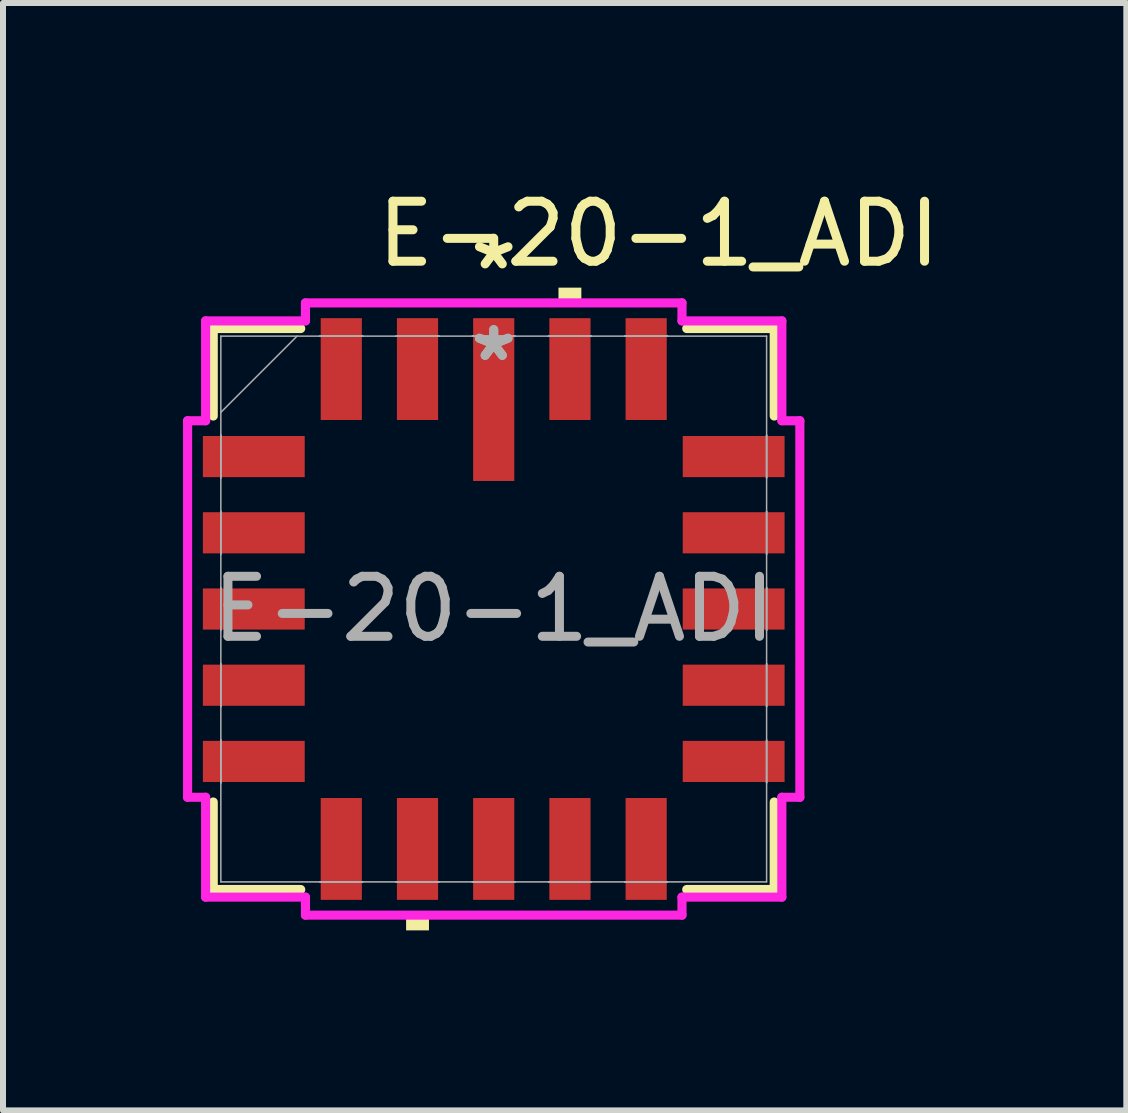
<source format=kicad_pcb>
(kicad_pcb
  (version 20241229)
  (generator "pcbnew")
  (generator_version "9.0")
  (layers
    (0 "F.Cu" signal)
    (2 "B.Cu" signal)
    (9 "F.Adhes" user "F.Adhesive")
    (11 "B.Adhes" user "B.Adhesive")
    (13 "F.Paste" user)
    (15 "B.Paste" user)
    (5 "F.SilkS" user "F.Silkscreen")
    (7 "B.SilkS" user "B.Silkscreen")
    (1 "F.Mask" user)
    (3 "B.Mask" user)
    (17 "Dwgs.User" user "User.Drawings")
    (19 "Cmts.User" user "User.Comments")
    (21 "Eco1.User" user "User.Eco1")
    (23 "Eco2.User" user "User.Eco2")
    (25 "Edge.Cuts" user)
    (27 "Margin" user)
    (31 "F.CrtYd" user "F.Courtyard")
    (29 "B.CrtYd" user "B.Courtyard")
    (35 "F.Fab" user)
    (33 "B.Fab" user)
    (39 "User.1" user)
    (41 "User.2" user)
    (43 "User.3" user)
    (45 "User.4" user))
  (footprint "E-20-1_ADI"
    (layer "F.Cu")
    (at 5.177 7.098)
    (property "Reference" "E-20-1_ADI" (at 2.75 -6.25 0) (unlocked yes) (layer "F.SilkS") (effects (font (size 1 1) (thickness 0.15))))
    (attr smd)
    (fp_line (start -4.674 -4.674) (end -4.674 -3.216) (stroke (width 0.152) (type solid)) (layer "F.SilkS"))
    (fp_line (start -4.674 3.216) (end -4.674 4.674) (stroke (width 0.152) (type solid)) (layer "F.SilkS"))
    (fp_line (start -4.674 4.674) (end -3.216 4.674) (stroke (width 0.152) (type solid)) (layer "F.SilkS"))
    (fp_line (start -3.216 -4.674) (end -4.674 -4.674) (stroke (width 0.152) (type solid)) (layer "F.SilkS"))
    (fp_line (start 3.216 4.674) (end 4.674 4.674) (stroke (width 0.152) (type solid)) (layer "F.SilkS"))
    (fp_line (start 4.674 -4.674) (end 3.216 -4.674) (stroke (width 0.152) (type solid)) (layer "F.SilkS"))
    (fp_line (start 4.674 -3.216) (end 4.674 -4.674) (stroke (width 0.152) (type solid)) (layer "F.SilkS"))
    (fp_line (start 4.674 4.674) (end 4.674 3.216) (stroke (width 0.152) (type solid)) (layer "F.SilkS"))
    (fp_poly (pts (xy -1.46 5.101) (xy -1.46 5.355) (xy -1.079 5.355) (xy -1.079 5.101)) (stroke (width 0) (type solid)) (fill yes) (layer "F.SilkS"))
    (fp_poly (pts (xy 1.079 -5.101) (xy 1.079 -5.355) (xy 1.46 -5.355) (xy 1.46 -5.101)) (stroke (width 0) (type solid)) (fill yes) (layer "F.SilkS"))
    (fp_line (start -5.101 -3.137) (end -4.801 -3.137) (stroke (width 0.152) (type solid)) (layer "F.CrtYd"))
    (fp_line (start -5.101 3.137) (end -5.101 -3.137) (stroke (width 0.152) (type solid)) (layer "F.CrtYd"))
    (fp_line (start -5.101 3.137) (end -4.801 3.137) (stroke (width 0.152) (type solid)) (layer "F.CrtYd"))
    (fp_line (start -4.801 -4.801) (end -3.137 -4.801) (stroke (width 0.152) (type solid)) (layer "F.CrtYd"))
    (fp_line (start -4.801 -3.137) (end -4.801 -4.801) (stroke (width 0.152) (type solid)) (layer "F.CrtYd"))
    (fp_line (start -4.801 4.801) (end -4.801 3.137) (stroke (width 0.152) (type solid)) (layer "F.CrtYd"))
    (fp_line (start -3.137 -5.101) (end 3.137 -5.101) (stroke (width 0.152) (type solid)) (layer "F.CrtYd"))
    (fp_line (start -3.137 -4.801) (end -3.137 -5.101) (stroke (width 0.152) (type solid)) (layer "F.CrtYd"))
    (fp_line (start -3.137 4.801) (end -4.801 4.801) (stroke (width 0.152) (type solid)) (layer "F.CrtYd"))
    (fp_line (start -3.137 5.101) (end -3.137 4.801) (stroke (width 0.152) (type solid)) (layer "F.CrtYd"))
    (fp_line (start 3.137 -5.101) (end 3.137 -4.801) (stroke (width 0.152) (type solid)) (layer "F.CrtYd"))
    (fp_line (start 3.137 -4.801) (end 4.801 -4.801) (stroke (width 0.152) (type solid)) (layer "F.CrtYd"))
    (fp_line (start 3.137 4.801) (end 3.137 5.101) (stroke (width 0.152) (type solid)) (layer "F.CrtYd"))
    (fp_line (start 3.137 5.101) (end -3.137 5.101) (stroke (width 0.152) (type solid)) (layer "F.CrtYd"))
    (fp_line (start 4.801 -4.801) (end 4.801 -3.137) (stroke (width 0.152) (type solid)) (layer "F.CrtYd"))
    (fp_line (start 4.801 -3.137) (end 5.101 -3.137) (stroke (width 0.152) (type solid)) (layer "F.CrtYd"))
    (fp_line (start 4.801 3.137) (end 4.801 4.801) (stroke (width 0.152) (type solid)) (layer "F.CrtYd"))
    (fp_line (start 4.801 4.801) (end 3.137 4.801) (stroke (width 0.152) (type solid)) (layer "F.CrtYd"))
    (fp_line (start 5.101 -3.137) (end 5.101 3.137) (stroke (width 0.152) (type solid)) (layer "F.CrtYd"))
    (fp_line (start 5.101 3.137) (end 4.801 3.137) (stroke (width 0.152) (type solid)) (layer "F.CrtYd"))
    (fp_line (start -4.547 -4.547) (end -4.547 4.547) (stroke (width 0.025) (type solid)) (layer "F.Fab"))
    (fp_line (start -4.547 -3.277) (end -3.277 -4.547) (stroke (width 0.025) (type solid)) (layer "F.Fab"))
    (fp_line (start -4.547 -2.896) (end -4.547 -2.896) (stroke (width 0.025) (type solid)) (layer "F.Fab"))
    (fp_line (start -4.547 -2.896) (end -4.547 -2.184) (stroke (width 0.025) (type solid)) (layer "F.Fab"))
    (fp_line (start -4.547 -2.184) (end -4.547 -2.896) (stroke (width 0.025) (type solid)) (layer "F.Fab"))
    (fp_line (start -4.547 -2.184) (end -4.547 -2.184) (stroke (width 0.025) (type solid)) (layer "F.Fab"))
    (fp_line (start -4.547 -1.626) (end -4.547 -1.626) (stroke (width 0.025) (type solid)) (layer "F.Fab"))
    (fp_line (start -4.547 -1.626) (end -4.547 -0.914) (stroke (width 0.025) (type solid)) (layer "F.Fab"))
    (fp_line (start -4.547 -0.914) (end -4.547 -1.626) (stroke (width 0.025) (type solid)) (layer "F.Fab"))
    (fp_line (start -4.547 -0.914) (end -4.547 -0.914) (stroke (width 0.025) (type solid)) (layer "F.Fab"))
    (fp_line (start -4.547 -0.356) (end -4.547 -0.356) (stroke (width 0.025) (type solid)) (layer "F.Fab"))
    (fp_line (start -4.547 -0.356) (end -4.547 0.356) (stroke (width 0.025) (type solid)) (layer "F.Fab"))
    (fp_line (start -4.547 0.356) (end -4.547 -0.356) (stroke (width 0.025) (type solid)) (layer "F.Fab"))
    (fp_line (start -4.547 0.356) (end -4.547 0.356) (stroke (width 0.025) (type solid)) (layer "F.Fab"))
    (fp_line (start -4.547 0.914) (end -4.547 0.914) (stroke (width 0.025) (type solid)) (layer "F.Fab"))
    (fp_line (start -4.547 0.914) (end -4.547 1.626) (stroke (width 0.025) (type solid)) (layer "F.Fab"))
    (fp_line (start -4.547 1.626) (end -4.547 0.914) (stroke (width 0.025) (type solid)) (layer "F.Fab"))
    (fp_line (start -4.547 1.626) (end -4.547 1.626) (stroke (width 0.025) (type solid)) (layer "F.Fab"))
    (fp_line (start -4.547 2.184) (end -4.547 2.184) (stroke (width 0.025) (type solid)) (layer "F.Fab"))
    (fp_line (start -4.547 2.184) (end -4.547 2.896) (stroke (width 0.025) (type solid)) (layer "F.Fab"))
    (fp_line (start -4.547 2.896) (end -4.547 2.184) (stroke (width 0.025) (type solid)) (layer "F.Fab"))
    (fp_line (start -4.547 2.896) (end -4.547 2.896) (stroke (width 0.025) (type solid)) (layer "F.Fab"))
    (fp_line (start -4.547 4.547) (end 4.547 4.547) (stroke (width 0.025) (type solid)) (layer "F.Fab"))
    (fp_line (start -2.896 -4.547) (end -2.896 -4.547) (stroke (width 0.025) (type solid)) (layer "F.Fab"))
    (fp_line (start -2.896 -4.547) (end -2.184 -4.547) (stroke (width 0.025) (type solid)) (layer "F.Fab"))
    (fp_line (start -2.896 4.547) (end -2.896 4.547) (stroke (width 0.025) (type solid)) (layer "F.Fab"))
    (fp_line (start -2.896 4.547) (end -2.184 4.547) (stroke (width 0.025) (type solid)) (layer "F.Fab"))
    (fp_line (start -2.184 -4.547) (end -2.896 -4.547) (stroke (width 0.025) (type solid)) (layer "F.Fab"))
    (fp_line (start -2.184 -4.547) (end -2.184 -4.547) (stroke (width 0.025) (type solid)) (layer "F.Fab"))
    (fp_line (start -2.184 4.547) (end -2.896 4.547) (stroke (width 0.025) (type solid)) (layer "F.Fab"))
    (fp_line (start -2.184 4.547) (end -2.184 4.547) (stroke (width 0.025) (type solid)) (layer "F.Fab"))
    (fp_line (start -1.626 -4.547) (end -1.626 -4.547) (stroke (width 0.025) (type solid)) (layer "F.Fab"))
    (fp_line (start -1.626 -4.547) (end -0.914 -4.547) (stroke (width 0.025) (type solid)) (layer "F.Fab"))
    (fp_line (start -1.626 4.547) (end -1.626 4.547) (stroke (width 0.025) (type solid)) (layer "F.Fab"))
    (fp_line (start -1.626 4.547) (end -0.914 4.547) (stroke (width 0.025) (type solid)) (layer "F.Fab"))
    (fp_line (start -0.914 -4.547) (end -1.626 -4.547) (stroke (width 0.025) (type solid)) (layer "F.Fab"))
    (fp_line (start -0.914 -4.547) (end -0.914 -4.547) (stroke (width 0.025) (type solid)) (layer "F.Fab"))
    (fp_line (start -0.914 4.547) (end -1.626 4.547) (stroke (width 0.025) (type solid)) (layer "F.Fab"))
    (fp_line (start -0.914 4.547) (end -0.914 4.547) (stroke (width 0.025) (type solid)) (layer "F.Fab"))
    (fp_line (start -0.356 -4.547) (end -0.356 -4.547) (stroke (width 0.025) (type solid)) (layer "F.Fab"))
    (fp_line (start -0.356 -4.547) (end 0.356 -4.547) (stroke (width 0.025) (type solid)) (layer "F.Fab"))
    (fp_line (start -0.356 4.547) (end -0.356 4.547) (stroke (width 0.025) (type solid)) (layer "F.Fab"))
    (fp_line (start -0.356 4.547) (end 0.356 4.547) (stroke (width 0.025) (type solid)) (layer "F.Fab"))
    (fp_line (start 0.356 -4.547) (end -0.356 -4.547) (stroke (width 0.025) (type solid)) (layer "F.Fab"))
    (fp_line (start 0.356 -4.547) (end 0.356 -4.547) (stroke (width 0.025) (type solid)) (layer "F.Fab"))
    (fp_line (start 0.356 4.547) (end -0.356 4.547) (stroke (width 0.025) (type solid)) (layer "F.Fab"))
    (fp_line (start 0.356 4.547) (end 0.356 4.547) (stroke (width 0.025) (type solid)) (layer "F.Fab"))
    (fp_line (start 0.914 -4.547) (end 0.914 -4.547) (stroke (width 0.025) (type solid)) (layer "F.Fab"))
    (fp_line (start 0.914 -4.547) (end 1.626 -4.547) (stroke (width 0.025) (type solid)) (layer "F.Fab"))
    (fp_line (start 0.914 4.547) (end 0.914 4.547) (stroke (width 0.025) (type solid)) (layer "F.Fab"))
    (fp_line (start 0.914 4.547) (end 1.626 4.547) (stroke (width 0.025) (type solid)) (layer "F.Fab"))
    (fp_line (start 1.626 -4.547) (end 0.914 -4.547) (stroke (width 0.025) (type solid)) (layer "F.Fab"))
    (fp_line (start 1.626 -4.547) (end 1.626 -4.547) (stroke (width 0.025) (type solid)) (layer "F.Fab"))
    (fp_line (start 1.626 4.547) (end 0.914 4.547) (stroke (width 0.025) (type solid)) (layer "F.Fab"))
    (fp_line (start 1.626 4.547) (end 1.626 4.547) (stroke (width 0.025) (type solid)) (layer "F.Fab"))
    (fp_line (start 2.184 -4.547) (end 2.184 -4.547) (stroke (width 0.025) (type solid)) (layer "F.Fab"))
    (fp_line (start 2.184 -4.547) (end 2.896 -4.547) (stroke (width 0.025) (type solid)) (layer "F.Fab"))
    (fp_line (start 2.184 4.547) (end 2.184 4.547) (stroke (width 0.025) (type solid)) (layer "F.Fab"))
    (fp_line (start 2.184 4.547) (end 2.896 4.547) (stroke (width 0.025) (type solid)) (layer "F.Fab"))
    (fp_line (start 2.896 -4.547) (end 2.184 -4.547) (stroke (width 0.025) (type solid)) (layer "F.Fab"))
    (fp_line (start 2.896 -4.547) (end 2.896 -4.547) (stroke (width 0.025) (type solid)) (layer "F.Fab"))
    (fp_line (start 2.896 4.547) (end 2.184 4.547) (stroke (width 0.025) (type solid)) (layer "F.Fab"))
    (fp_line (start 2.896 4.547) (end 2.896 4.547) (stroke (width 0.025) (type solid)) (layer "F.Fab"))
    (fp_line (start 4.547 -4.547) (end -4.547 -4.547) (stroke (width 0.025) (type solid)) (layer "F.Fab"))
    (fp_line (start 4.547 -2.896) (end 4.547 -2.896) (stroke (width 0.025) (type solid)) (layer "F.Fab"))
    (fp_line (start 4.547 -2.896) (end 4.547 -2.184) (stroke (width 0.025) (type solid)) (layer "F.Fab"))
    (fp_line (start 4.547 -2.184) (end 4.547 -2.896) (stroke (width 0.025) (type solid)) (layer "F.Fab"))
    (fp_line (start 4.547 -2.184) (end 4.547 -2.184) (stroke (width 0.025) (type solid)) (layer "F.Fab"))
    (fp_line (start 4.547 -1.626) (end 4.547 -1.626) (stroke (width 0.025) (type solid)) (layer "F.Fab"))
    (fp_line (start 4.547 -1.626) (end 4.547 -0.914) (stroke (width 0.025) (type solid)) (layer "F.Fab"))
    (fp_line (start 4.547 -0.914) (end 4.547 -1.626) (stroke (width 0.025) (type solid)) (layer "F.Fab"))
    (fp_line (start 4.547 -0.914) (end 4.547 -0.914) (stroke (width 0.025) (type solid)) (layer "F.Fab"))
    (fp_line (start 4.547 -0.356) (end 4.547 -0.356) (stroke (width 0.025) (type solid)) (layer "F.Fab"))
    (fp_line (start 4.547 -0.356) (end 4.547 0.356) (stroke (width 0.025) (type solid)) (layer "F.Fab"))
    (fp_line (start 4.547 0.356) (end 4.547 -0.356) (stroke (width 0.025) (type solid)) (layer "F.Fab"))
    (fp_line (start 4.547 0.356) (end 4.547 0.356) (stroke (width 0.025) (type solid)) (layer "F.Fab"))
    (fp_line (start 4.547 0.914) (end 4.547 0.914) (stroke (width 0.025) (type solid)) (layer "F.Fab"))
    (fp_line (start 4.547 0.914) (end 4.547 1.626) (stroke (width 0.025) (type solid)) (layer "F.Fab"))
    (fp_line (start 4.547 1.626) (end 4.547 0.914) (stroke (width 0.025) (type solid)) (layer "F.Fab"))
    (fp_line (start 4.547 1.626) (end 4.547 1.626) (stroke (width 0.025) (type solid)) (layer "F.Fab"))
    (fp_line (start 4.547 2.184) (end 4.547 2.184) (stroke (width 0.025) (type solid)) (layer "F.Fab"))
    (fp_line (start 4.547 2.184) (end 4.547 2.896) (stroke (width 0.025) (type solid)) (layer "F.Fab"))
    (fp_line (start 4.547 2.896) (end 4.547 2.184) (stroke (width 0.025) (type solid)) (layer "F.Fab"))
    (fp_line (start 4.547 2.896) (end 4.547 2.896) (stroke (width 0.025) (type solid)) (layer "F.Fab"))
    (fp_line (start 4.547 4.547) (end 4.547 -4.547) (stroke (width 0.025) (type solid)) (layer "F.Fab"))
    (fp_text user "*" (at 0 -5.634 0) (layer "F.SilkS") (effects (font (size 1 1) (thickness 0.15))))
    (fp_text user "*" (at 0 -4.11 0) (layer "F.Fab") (effects (font (size 1 1) (thickness 0.15))))
    (fp_text user "${REFERENCE}" (at 0 0 0) (unlocked yes) (layer "F.Fab") (effects (font (size 1 1) (thickness 0.15))))
    (fp_text user "*" (at 0 -4.11 0) (unlocked yes) (layer "F.Fab") (effects (font (size 1 1) (thickness 0.15))))
    (pad "1" smd rect (at 0 -3.49) (size 0.686 2.713) (layers "F.Cu" "F.Mask" "F.Paste"))
    (pad "2" smd rect (at -1.27 -3.998) (size 0.686 1.697) (layers "F.Cu" "F.Mask" "F.Paste"))
    (pad "3" smd rect (at -2.54 -3.998) (size 0.686 1.697) (layers "F.Cu" "F.Mask" "F.Paste"))
    (pad "4" smd rect (at -3.998 -2.54 90) (size 0.686 1.697) (layers "F.Cu" "F.Mask" "F.Paste"))
    (pad "5" smd rect (at -3.998 -1.27 90) (size 0.686 1.697) (layers "F.Cu" "F.Mask" "F.Paste"))
    (pad "6" smd rect (at -3.998 0 90) (size 0.686 1.697) (layers "F.Cu" "F.Mask" "F.Paste"))
    (pad "7" smd rect (at -3.998 1.27 90) (size 0.686 1.697) (layers "F.Cu" "F.Mask" "F.Paste"))
    (pad "8" smd rect (at -3.998 2.54 90) (size 0.686 1.697) (layers "F.Cu" "F.Mask" "F.Paste"))
    (pad "9" smd rect (at -2.54 3.998) (size 0.686 1.697) (layers "F.Cu" "F.Mask" "F.Paste"))
    (pad "10" smd rect (at -1.27 3.998) (size 0.686 1.697) (layers "F.Cu" "F.Mask" "F.Paste"))
    (pad "11" smd rect (at 0 3.998) (size 0.686 1.697) (layers "F.Cu" "F.Mask" "F.Paste"))
    (pad "12" smd rect (at 1.27 3.998) (size 0.686 1.697) (layers "F.Cu" "F.Mask" "F.Paste"))
    (pad "13" smd rect (at 2.54 3.998) (size 0.686 1.697) (layers "F.Cu" "F.Mask" "F.Paste"))
    (pad "14" smd rect (at 3.998 2.54 90) (size 0.686 1.697) (layers "F.Cu" "F.Mask" "F.Paste"))
    (pad "15" smd rect (at 3.998 1.27 90) (size 0.686 1.697) (layers "F.Cu" "F.Mask" "F.Paste"))
    (pad "16" smd rect (at 3.998 0 90) (size 0.686 1.697) (layers "F.Cu" "F.Mask" "F.Paste"))
    (pad "17" smd rect (at 3.998 -1.27 90) (size 0.686 1.697) (layers "F.Cu" "F.Mask" "F.Paste"))
    (pad "18" smd rect (at 3.998 -2.54 90) (size 0.686 1.697) (layers "F.Cu" "F.Mask" "F.Paste"))
    (pad "19" smd rect (at 2.54 -3.998) (size 0.686 1.697) (layers "F.Cu" "F.Mask" "F.Paste"))
    (pad "20" smd rect (at 1.27 -3.998) (size 0.686 1.697) (layers "F.Cu" "F.Mask" "F.Paste")))
  (gr_rect
    (start -3 -3)
    (end 15.718 15.453)
    (stroke (width 0.1) (type default))
    (fill no)
    (layer "Edge.Cuts")))
</source>
